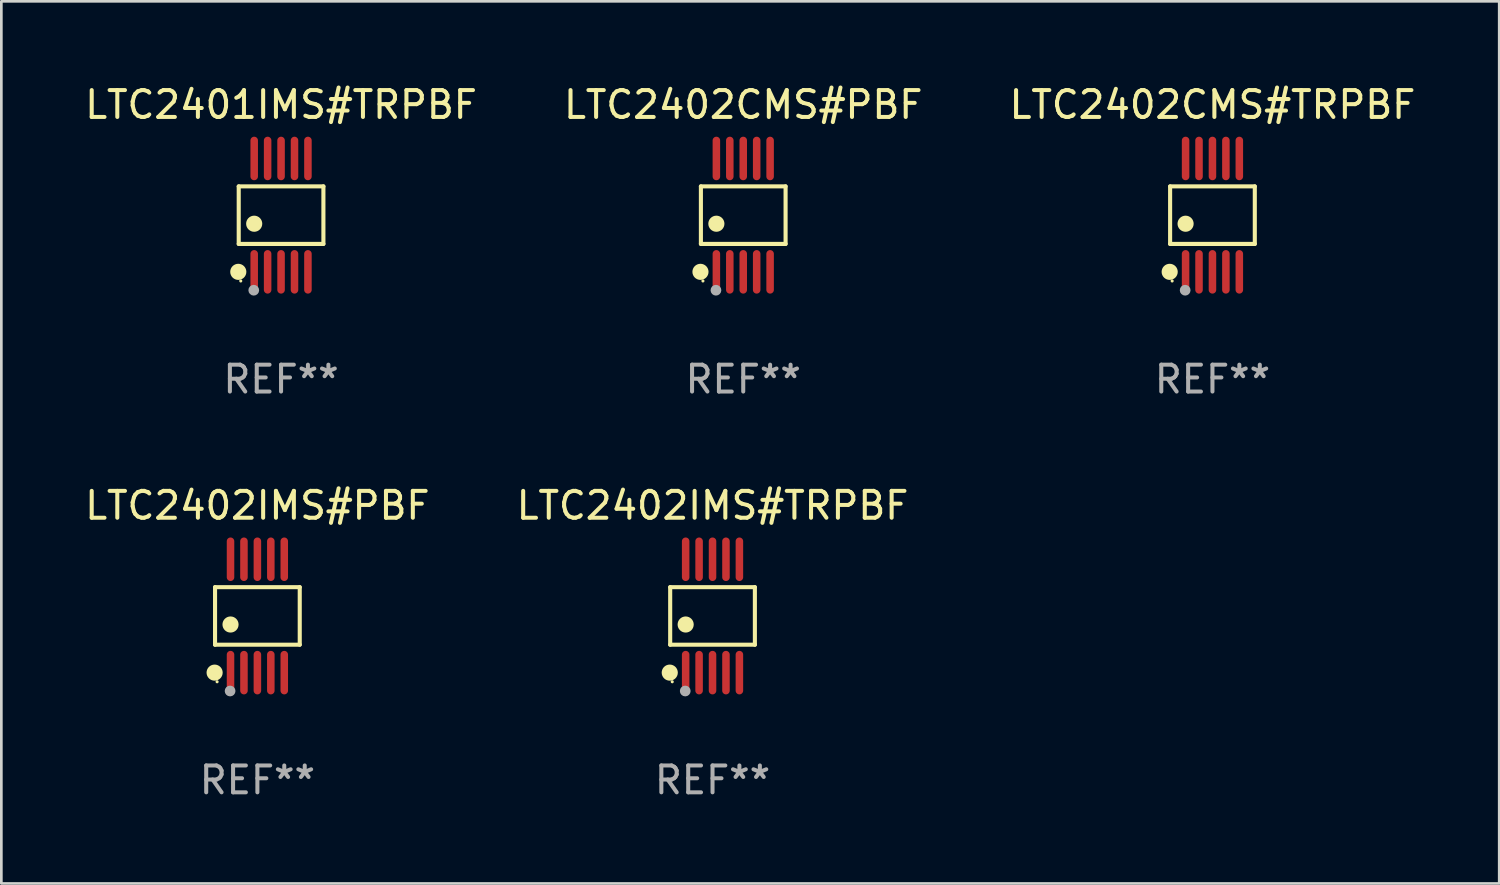
<source format=kicad_pcb>
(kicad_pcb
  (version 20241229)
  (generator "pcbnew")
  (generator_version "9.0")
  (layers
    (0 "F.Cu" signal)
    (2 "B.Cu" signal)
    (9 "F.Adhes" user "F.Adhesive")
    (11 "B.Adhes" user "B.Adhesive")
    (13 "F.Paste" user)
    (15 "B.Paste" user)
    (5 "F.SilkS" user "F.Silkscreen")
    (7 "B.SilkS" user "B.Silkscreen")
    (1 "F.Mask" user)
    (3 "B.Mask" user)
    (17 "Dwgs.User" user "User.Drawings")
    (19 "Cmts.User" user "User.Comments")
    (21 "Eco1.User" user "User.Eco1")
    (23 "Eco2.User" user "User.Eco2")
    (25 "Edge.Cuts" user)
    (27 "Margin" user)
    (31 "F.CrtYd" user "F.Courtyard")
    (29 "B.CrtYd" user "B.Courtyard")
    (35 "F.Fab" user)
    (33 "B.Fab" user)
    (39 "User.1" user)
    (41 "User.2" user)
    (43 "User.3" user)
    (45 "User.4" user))
  (footprint "LTC2402IMS#TRPBF"
    (layer "F.Cu")
    (at 23.47 19.875)
    (property "Reference" "LTC2402IMS#TRPBF" (at 0 -4.11 0) (layer "F.SilkS") (effects (font (size 1 1) (thickness 0.15))))
    (attr through_hole)
    (fp_line (start -1.576 -1.071) (end 1.576 -1.071) (stroke (width 0.152) (type solid)) (layer "F.SilkS"))
    (fp_line (start -1.576 1.071) (end -1.576 -1.071) (stroke (width 0.152) (type solid)) (layer "F.SilkS"))
    (fp_line (start 1.576 -1.071) (end 1.576 1.071) (stroke (width 0.152) (type solid)) (layer "F.SilkS"))
    (fp_line (start 1.576 1.071) (end -1.576 1.071) (stroke (width 0.152) (type solid)) (layer "F.SilkS"))
    (fp_circle (center -1.592 2.11) (end -1.442 2.11) (stroke (width 0.3) (type solid)) (fill no) (layer "F.SilkS"))
    (fp_circle (center -1.5 2.45) (end -1.47 2.45) (stroke (width 0.06) (type solid)) (fill no) (layer "F.SilkS"))
    (fp_circle (center -1 0.319) (end -0.85 0.319) (stroke (width 0.3) (type solid)) (fill no) (layer "F.SilkS"))
    (fp_circle (center -1.016 2.794) (end -0.916 2.794) (stroke (width 0.2) (type solid)) (fill no) (layer "F.Fab"))
    (fp_text user "REF**" (at 0 6.11 0) (layer "F.Fab") (effects (font (size 1 1) (thickness 0.15))))
    (pad "1" smd oval (at -1 2.11) (size 0.28 1.62) (layers "F.Cu" "F.Mask" "F.Paste"))
    (pad "2" smd oval (at -0.5 2.11) (size 0.28 1.62) (layers "F.Cu" "F.Mask" "F.Paste"))
    (pad "3" smd oval (at 0 2.11) (size 0.28 1.62) (layers "F.Cu" "F.Mask" "F.Paste"))
    (pad "4" smd oval (at 0.5 2.11) (size 0.28 1.62) (layers "F.Cu" "F.Mask" "F.Paste"))
    (pad "5" smd oval (at 1 2.11) (size 0.28 1.62) (layers "F.Cu" "F.Mask" "F.Paste"))
    (pad "6" smd oval (at 1 -2.11) (size 0.28 1.62) (layers "F.Cu" "F.Mask" "F.Paste"))
    (pad "7" smd oval (at 0.5 -2.11) (size 0.28 1.62) (layers "F.Cu" "F.Mask" "F.Paste"))
    (pad "8" smd oval (at 0 -2.11) (size 0.28 1.62) (layers "F.Cu" "F.Mask" "F.Paste"))
    (pad "9" smd oval (at -0.5 -2.11) (size 0.28 1.62) (layers "F.Cu" "F.Mask" "F.Paste"))
    (pad "10" smd oval (at -1 -2.11) (size 0.28 1.62) (layers "F.Cu" "F.Mask" "F.Paste")))
  (footprint "LTC2401IMS#TRPBF"
    (layer "F.Cu")
    (at 7.411 4.958)
    (property "Reference" "LTC2401IMS#TRPBF" (at 0 -4.11 0) (layer "F.SilkS") (effects (font (size 1 1) (thickness 0.15))))
    (attr through_hole)
    (fp_line (start -1.576 -1.071) (end 1.576 -1.071) (stroke (width 0.152) (type solid)) (layer "F.SilkS"))
    (fp_line (start -1.576 1.071) (end -1.576 -1.071) (stroke (width 0.152) (type solid)) (layer "F.SilkS"))
    (fp_line (start 1.576 -1.071) (end 1.576 1.071) (stroke (width 0.152) (type solid)) (layer "F.SilkS"))
    (fp_line (start 1.576 1.071) (end -1.576 1.071) (stroke (width 0.152) (type solid)) (layer "F.SilkS"))
    (fp_circle (center -1.592 2.11) (end -1.442 2.11) (stroke (width 0.3) (type solid)) (fill no) (layer "F.SilkS"))
    (fp_circle (center -1.5 2.45) (end -1.47 2.45) (stroke (width 0.06) (type solid)) (fill no) (layer "F.SilkS"))
    (fp_circle (center -1 0.319) (end -0.85 0.319) (stroke (width 0.3) (type solid)) (fill no) (layer "F.SilkS"))
    (fp_circle (center -1.016 2.794) (end -0.916 2.794) (stroke (width 0.2) (type solid)) (fill no) (layer "F.Fab"))
    (fp_text user "REF**" (at 0 6.11 0) (layer "F.Fab") (effects (font (size 1 1) (thickness 0.15))))
    (pad "1" smd oval (at -1 2.11) (size 0.28 1.62) (layers "F.Cu" "F.Mask" "F.Paste"))
    (pad "2" smd oval (at -0.5 2.11) (size 0.28 1.62) (layers "F.Cu" "F.Mask" "F.Paste"))
    (pad "3" smd oval (at 0 2.11) (size 0.28 1.62) (layers "F.Cu" "F.Mask" "F.Paste"))
    (pad "4" smd oval (at 0.5 2.11) (size 0.28 1.62) (layers "F.Cu" "F.Mask" "F.Paste"))
    (pad "5" smd oval (at 1 2.11) (size 0.28 1.62) (layers "F.Cu" "F.Mask" "F.Paste"))
    (pad "6" smd oval (at 1 -2.11) (size 0.28 1.62) (layers "F.Cu" "F.Mask" "F.Paste"))
    (pad "7" smd oval (at 0.5 -2.11) (size 0.28 1.62) (layers "F.Cu" "F.Mask" "F.Paste"))
    (pad "8" smd oval (at 0 -2.11) (size 0.28 1.62) (layers "F.Cu" "F.Mask" "F.Paste"))
    (pad "9" smd oval (at -0.5 -2.11) (size 0.28 1.62) (layers "F.Cu" "F.Mask" "F.Paste"))
    (pad "10" smd oval (at -1 -2.11) (size 0.28 1.62) (layers "F.Cu" "F.Mask" "F.Paste")))
  (footprint "LTC2402CMS#PBF"
    (layer "F.Cu")
    (at 24.613 4.958)
    (property "Reference" "LTC2402CMS#PBF" (at 0 -4.11 0) (layer "F.SilkS") (effects (font (size 1 1) (thickness 0.15))))
    (attr through_hole)
    (fp_line (start -1.576 -1.071) (end 1.576 -1.071) (stroke (width 0.152) (type solid)) (layer "F.SilkS"))
    (fp_line (start -1.576 1.071) (end -1.576 -1.071) (stroke (width 0.152) (type solid)) (layer "F.SilkS"))
    (fp_line (start 1.576 -1.071) (end 1.576 1.071) (stroke (width 0.152) (type solid)) (layer "F.SilkS"))
    (fp_line (start 1.576 1.071) (end -1.576 1.071) (stroke (width 0.152) (type solid)) (layer "F.SilkS"))
    (fp_circle (center -1.592 2.11) (end -1.442 2.11) (stroke (width 0.3) (type solid)) (fill no) (layer "F.SilkS"))
    (fp_circle (center -1.5 2.45) (end -1.47 2.45) (stroke (width 0.06) (type solid)) (fill no) (layer "F.SilkS"))
    (fp_circle (center -1 0.319) (end -0.85 0.319) (stroke (width 0.3) (type solid)) (fill no) (layer "F.SilkS"))
    (fp_circle (center -1.016 2.794) (end -0.916 2.794) (stroke (width 0.2) (type solid)) (fill no) (layer "F.Fab"))
    (fp_text user "REF**" (at 0 6.11 0) (layer "F.Fab") (effects (font (size 1 1) (thickness 0.15))))
    (pad "1" smd oval (at -1 2.11) (size 0.28 1.62) (layers "F.Cu" "F.Mask" "F.Paste"))
    (pad "2" smd oval (at -0.5 2.11) (size 0.28 1.62) (layers "F.Cu" "F.Mask" "F.Paste"))
    (pad "3" smd oval (at 0 2.11) (size 0.28 1.62) (layers "F.Cu" "F.Mask" "F.Paste"))
    (pad "4" smd oval (at 0.5 2.11) (size 0.28 1.62) (layers "F.Cu" "F.Mask" "F.Paste"))
    (pad "5" smd oval (at 1 2.11) (size 0.28 1.62) (layers "F.Cu" "F.Mask" "F.Paste"))
    (pad "6" smd oval (at 1 -2.11) (size 0.28 1.62) (layers "F.Cu" "F.Mask" "F.Paste"))
    (pad "7" smd oval (at 0.5 -2.11) (size 0.28 1.62) (layers "F.Cu" "F.Mask" "F.Paste"))
    (pad "8" smd oval (at 0 -2.11) (size 0.28 1.62) (layers "F.Cu" "F.Mask" "F.Paste"))
    (pad "9" smd oval (at -0.5 -2.11) (size 0.28 1.62) (layers "F.Cu" "F.Mask" "F.Paste"))
    (pad "10" smd oval (at -1 -2.11) (size 0.28 1.62) (layers "F.Cu" "F.Mask" "F.Paste")))
  (footprint "LTC2402CMS#TRPBF"
    (layer "F.Cu")
    (at 42.077 4.958)
    (property "Reference" "LTC2402CMS#TRPBF" (at 0 -4.11 0) (layer "F.SilkS") (effects (font (size 1 1) (thickness 0.15))))
    (attr through_hole)
    (fp_line (start -1.576 -1.071) (end 1.576 -1.071) (stroke (width 0.152) (type solid)) (layer "F.SilkS"))
    (fp_line (start -1.576 1.071) (end -1.576 -1.071) (stroke (width 0.152) (type solid)) (layer "F.SilkS"))
    (fp_line (start 1.576 -1.071) (end 1.576 1.071) (stroke (width 0.152) (type solid)) (layer "F.SilkS"))
    (fp_line (start 1.576 1.071) (end -1.576 1.071) (stroke (width 0.152) (type solid)) (layer "F.SilkS"))
    (fp_circle (center -1.592 2.11) (end -1.442 2.11) (stroke (width 0.3) (type solid)) (fill no) (layer "F.SilkS"))
    (fp_circle (center -1.5 2.45) (end -1.47 2.45) (stroke (width 0.06) (type solid)) (fill no) (layer "F.SilkS"))
    (fp_circle (center -1 0.319) (end -0.85 0.319) (stroke (width 0.3) (type solid)) (fill no) (layer "F.SilkS"))
    (fp_circle (center -1.016 2.794) (end -0.916 2.794) (stroke (width 0.2) (type solid)) (fill no) (layer "F.Fab"))
    (fp_text user "REF**" (at 0 6.11 0) (layer "F.Fab") (effects (font (size 1 1) (thickness 0.15))))
    (pad "1" smd oval (at -1 2.11) (size 0.28 1.62) (layers "F.Cu" "F.Mask" "F.Paste"))
    (pad "2" smd oval (at -0.5 2.11) (size 0.28 1.62) (layers "F.Cu" "F.Mask" "F.Paste"))
    (pad "3" smd oval (at 0 2.11) (size 0.28 1.62) (layers "F.Cu" "F.Mask" "F.Paste"))
    (pad "4" smd oval (at 0.5 2.11) (size 0.28 1.62) (layers "F.Cu" "F.Mask" "F.Paste"))
    (pad "5" smd oval (at 1 2.11) (size 0.28 1.62) (layers "F.Cu" "F.Mask" "F.Paste"))
    (pad "6" smd oval (at 1 -2.11) (size 0.28 1.62) (layers "F.Cu" "F.Mask" "F.Paste"))
    (pad "7" smd oval (at 0.5 -2.11) (size 0.28 1.62) (layers "F.Cu" "F.Mask" "F.Paste"))
    (pad "8" smd oval (at 0 -2.11) (size 0.28 1.62) (layers "F.Cu" "F.Mask" "F.Paste"))
    (pad "9" smd oval (at -0.5 -2.11) (size 0.28 1.62) (layers "F.Cu" "F.Mask" "F.Paste"))
    (pad "10" smd oval (at -1 -2.11) (size 0.28 1.62) (layers "F.Cu" "F.Mask" "F.Paste")))
  (footprint "LTC2402IMS#PBF"
    (layer "F.Cu")
    (at 6.53 19.875)
    (property "Reference" "LTC2402IMS#PBF" (at 0 -4.11 0) (layer "F.SilkS") (effects (font (size 1 1) (thickness 0.15))))
    (attr through_hole)
    (fp_line (start -1.576 -1.071) (end 1.576 -1.071) (stroke (width 0.152) (type solid)) (layer "F.SilkS"))
    (fp_line (start -1.576 1.071) (end -1.576 -1.071) (stroke (width 0.152) (type solid)) (layer "F.SilkS"))
    (fp_line (start 1.576 -1.071) (end 1.576 1.071) (stroke (width 0.152) (type solid)) (layer "F.SilkS"))
    (fp_line (start 1.576 1.071) (end -1.576 1.071) (stroke (width 0.152) (type solid)) (layer "F.SilkS"))
    (fp_circle (center -1.592 2.11) (end -1.442 2.11) (stroke (width 0.3) (type solid)) (fill no) (layer "F.SilkS"))
    (fp_circle (center -1.5 2.45) (end -1.47 2.45) (stroke (width 0.06) (type solid)) (fill no) (layer "F.SilkS"))
    (fp_circle (center -1 0.319) (end -0.85 0.319) (stroke (width 0.3) (type solid)) (fill no) (layer "F.SilkS"))
    (fp_circle (center -1.016 2.794) (end -0.916 2.794) (stroke (width 0.2) (type solid)) (fill no) (layer "F.Fab"))
    (fp_text user "REF**" (at 0 6.11 0) (layer "F.Fab") (effects (font (size 1 1) (thickness 0.15))))
    (pad "1" smd oval (at -1 2.11) (size 0.28 1.62) (layers "F.Cu" "F.Mask" "F.Paste"))
    (pad "2" smd oval (at -0.5 2.11) (size 0.28 1.62) (layers "F.Cu" "F.Mask" "F.Paste"))
    (pad "3" smd oval (at 0 2.11) (size 0.28 1.62) (layers "F.Cu" "F.Mask" "F.Paste"))
    (pad "4" smd oval (at 0.5 2.11) (size 0.28 1.62) (layers "F.Cu" "F.Mask" "F.Paste"))
    (pad "5" smd oval (at 1 2.11) (size 0.28 1.62) (layers "F.Cu" "F.Mask" "F.Paste"))
    (pad "6" smd oval (at 1 -2.11) (size 0.28 1.62) (layers "F.Cu" "F.Mask" "F.Paste"))
    (pad "7" smd oval (at 0.5 -2.11) (size 0.28 1.62) (layers "F.Cu" "F.Mask" "F.Paste"))
    (pad "8" smd oval (at 0 -2.11) (size 0.28 1.62) (layers "F.Cu" "F.Mask" "F.Paste"))
    (pad "9" smd oval (at -0.5 -2.11) (size 0.28 1.62) (layers "F.Cu" "F.Mask" "F.Paste"))
    (pad "10" smd oval (at -1 -2.11) (size 0.28 1.62) (layers "F.Cu" "F.Mask" "F.Paste")))
  (gr_rect
    (start -3 -3)
    (end 52.75 29.833)
    (stroke (width 0.1) (type default))
    (fill no)
    (layer "Edge.Cuts")))
</source>
